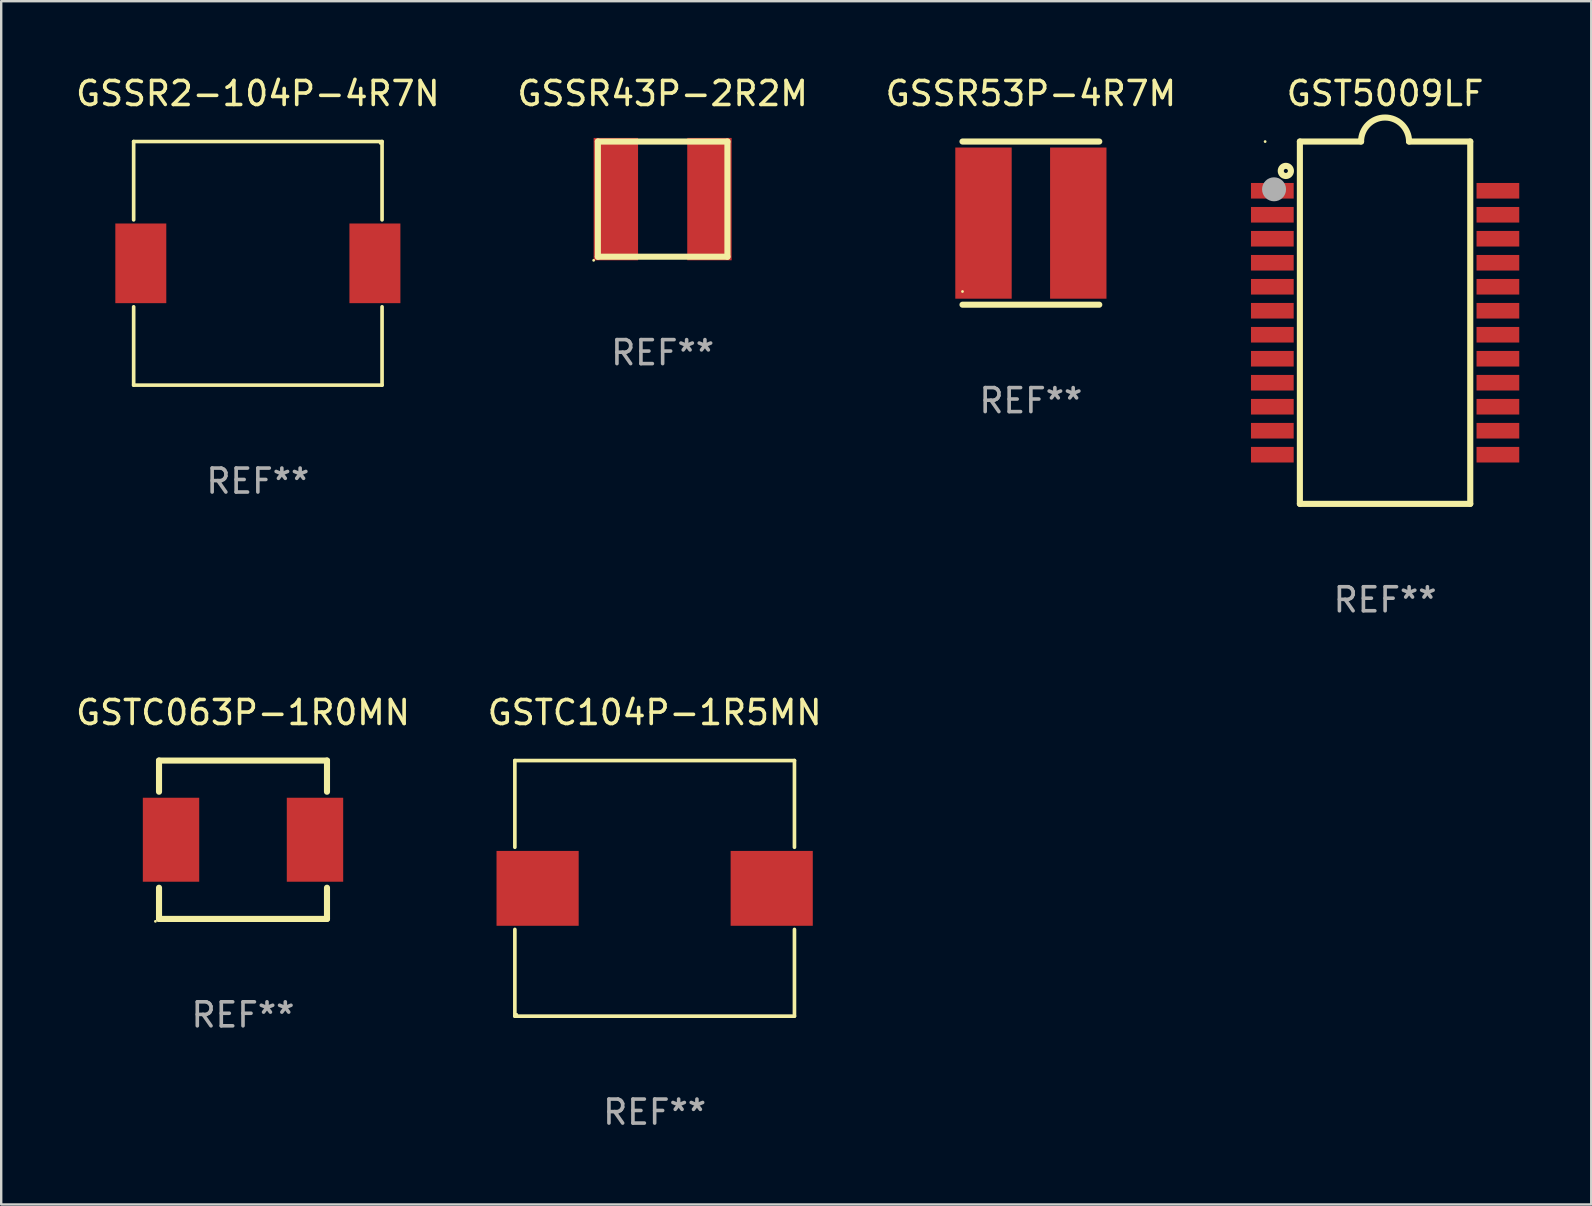
<source format=kicad_pcb>
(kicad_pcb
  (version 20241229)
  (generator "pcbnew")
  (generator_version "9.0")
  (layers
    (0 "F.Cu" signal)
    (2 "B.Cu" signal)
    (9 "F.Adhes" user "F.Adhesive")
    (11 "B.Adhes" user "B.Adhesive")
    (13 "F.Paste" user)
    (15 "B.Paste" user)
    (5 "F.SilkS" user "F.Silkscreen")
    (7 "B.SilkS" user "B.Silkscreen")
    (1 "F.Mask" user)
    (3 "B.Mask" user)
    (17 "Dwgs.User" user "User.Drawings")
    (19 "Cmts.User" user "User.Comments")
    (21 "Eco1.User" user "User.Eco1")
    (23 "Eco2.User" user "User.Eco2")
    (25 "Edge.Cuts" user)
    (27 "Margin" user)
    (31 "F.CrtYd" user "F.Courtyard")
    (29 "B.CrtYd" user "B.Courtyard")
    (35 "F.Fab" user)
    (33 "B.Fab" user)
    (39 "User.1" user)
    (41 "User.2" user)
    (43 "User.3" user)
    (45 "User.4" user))
  (footprint "GSSR53P-4R7M"
    (layer "F.Cu")
    (at 39.911 6.248)
    (property "Reference" "GSSR53P-4R7M" (at 0 -5.4 0) (layer "F.SilkS") (effects (font (size 1 1) (thickness 0.15))))
    (attr through_hole)
    (fp_line (start -2.85 -3.4) (end 2.85 -3.4) (stroke (width 0.254) (type solid)) (layer "F.SilkS"))
    (fp_line (start -2.85 3.4) (end 2.85 3.4) (stroke (width 0.254) (type solid)) (layer "F.SilkS"))
    (fp_circle (center -2.85 2.85) (end -2.82 2.85) (stroke (width 0.06) (type solid)) (fill no) (layer "F.SilkS"))
    (fp_text user "REF**" (at 0 7.4 0) (layer "F.Fab") (effects (font (size 1 1) (thickness 0.15))))
    (pad "1" smd rect (at -1.975 0 90) (size 6.3 2.35) (layers "F.Cu" "F.Mask" "F.Paste"))
    (pad "2" smd rect (at 1.975 0 90) (size 6.3 2.35) (layers "F.Cu" "F.Mask" "F.Paste")))
  (footprint "GSSR43P-2R2M"
    (layer "F.Cu")
    (at 24.565 5.248)
    (property "Reference" "GSSR43P-2R2M" (at 0 -4.4 0) (layer "F.SilkS") (effects (font (size 1 1) (thickness 0.15))))
    (attr through_hole)
    (fp_line (start -2.7 -2.4) (end 2.7 -2.4) (stroke (width 0.254) (type solid)) (layer "F.SilkS"))
    (fp_line (start -2.7 2.4) (end -2.7 -2.4) (stroke (width 0.254) (type solid)) (layer "F.SilkS"))
    (fp_line (start 2.7 -2.4) (end 2.7 2.4) (stroke (width 0.254) (type solid)) (layer "F.SilkS"))
    (fp_line (start 2.7 2.4) (end -2.7 2.4) (stroke (width 0.254) (type solid)) (layer "F.SilkS"))
    (fp_circle (center -2.875 2.55) (end -2.845 2.55) (stroke (width 0.06) (type solid)) (fill no) (layer "F.SilkS"))
    (fp_text user "REF**" (at 0 6.4 0) (layer "F.Fab") (effects (font (size 1 1) (thickness 0.15))))
    (pad "1" smd rect (at -1.95 0) (size 1.85 5.1) (layers "F.Cu" "F.Mask" "F.Paste"))
    (pad "2" smd rect (at 1.95 0) (size 1.85 5.1) (layers "F.Cu" "F.Mask" "F.Paste")))
  (footprint "GSSR2-104P-4R7N"
    (layer "F.Cu")
    (at 7.696 7.924)
    (property "Reference" "GSSR2-104P-4R7N" (at 0 -7.076 0) (layer "F.SilkS") (effects (font (size 1 1) (thickness 0.15))))
    (attr through_hole)
    (fp_line (start -5.176 -5.076) (end 5.176 -5.076) (stroke (width 0.152) (type solid)) (layer "F.SilkS"))
    (fp_line (start -5.176 -1.812) (end -5.176 -5.076) (stroke (width 0.152) (type solid)) (layer "F.SilkS"))
    (fp_line (start -5.176 1.812) (end -5.176 5.076) (stroke (width 0.152) (type solid)) (layer "F.SilkS"))
    (fp_line (start -5.176 5.076) (end 5.176 5.076) (stroke (width 0.152) (type solid)) (layer "F.SilkS"))
    (fp_line (start 5.176 -5.076) (end 5.176 -1.812) (stroke (width 0.152) (type solid)) (layer "F.SilkS"))
    (fp_line (start 5.176 5.076) (end 5.176 1.812) (stroke (width 0.152) (type solid)) (layer "F.SilkS"))
    (fp_circle (center 5.1 -5) (end 5.13 -5) (stroke (width 0.06) (type solid)) (fill no) (layer "F.SilkS"))
    (fp_text user "REF**" (at 0 9.076 0) (layer "F.Fab") (effects (font (size 1 1) (thickness 0.15))))
    (pad "1" smd rect (at 4.878 0) (size 2.124 3.32) (layers "F.Cu" "F.Mask" "F.Paste"))
    (pad "2" smd rect (at -4.878 0) (size 2.124 3.32) (layers "F.Cu" "F.Mask" "F.Paste")))
  (footprint "GST5009LF"
    (layer "F.Cu")
    (at 54.673 10.398)
    (property "Reference" "GST5009LF" (at 0 -9.55 0) (layer "F.SilkS") (effects (font (size 1 1) (thickness 0.15))))
    (attr through_hole)
    (fp_line (start -3.552 -7.55) (end -3.552 7.55) (stroke (width 0.254) (type solid)) (layer "F.SilkS"))
    (fp_line (start -3.552 -7.55) (end -1.002 -7.55) (stroke (width 0.254) (type solid)) (layer "F.SilkS"))
    (fp_line (start -3.552 7.55) (end 3.548 7.55) (stroke (width 0.254) (type solid)) (layer "F.SilkS"))
    (fp_line (start 0.998 -7.55) (end 3.548 -7.55) (stroke (width 0.254) (type solid)) (layer "F.SilkS"))
    (fp_line (start 3.548 -7.55) (end 3.548 7.55) (stroke (width 0.254) (type solid)) (layer "F.SilkS"))
    (fp_arc (start -1.002032 -7.549987) (mid -0.002032 -8.549987) (end 0.997968 -7.549987) (stroke (width 0.254001) (type solid)) (layer "F.SilkS"))
    (fp_circle (center -5 -7.548) (end -4.97 -7.548) (stroke (width 0.06) (type solid)) (fill no) (layer "F.SilkS"))
    (fp_circle (center -4.137 -6.325) (end -3.925 -6.325) (stroke (width 0.254) (type solid)) (fill no) (layer "F.SilkS"))
    (fp_circle (center -4.628 -5.559) (end -4.378 -5.559) (stroke (width 0.5) (type solid)) (fill no) (layer "F.Fab"))
    (fp_text user "REF**" (at 0 11.55 0) (layer "F.Fab") (effects (font (size 1 1) (thickness 0.15))))
    (pad "1" smd rect (at -4.7 -5.498) (size 1.78 0.65) (layers "F.Cu" "F.Mask" "F.Paste"))
    (pad "2" smd rect (at -4.7 -4.498) (size 1.78 0.65) (layers "F.Cu" "F.Mask" "F.Paste"))
    (pad "3" smd rect (at -4.7 -3.499) (size 1.78 0.65) (layers "F.Cu" "F.Mask" "F.Paste"))
    (pad "4" smd rect (at -4.7 -2.498) (size 1.78 0.65) (layers "F.Cu" "F.Mask" "F.Paste"))
    (pad "5" smd rect (at -4.7 -1.498) (size 1.78 0.65) (layers "F.Cu" "F.Mask" "F.Paste"))
    (pad "6" smd rect (at -4.7 -0.498) (size 1.78 0.65) (layers "F.Cu" "F.Mask" "F.Paste"))
    (pad "7" smd rect (at -4.7 0.502) (size 1.78 0.65) (layers "F.Cu" "F.Mask" "F.Paste"))
    (pad "8" smd rect (at -4.7 1.502) (size 1.78 0.65) (layers "F.Cu" "F.Mask" "F.Paste"))
    (pad "9" smd rect (at -4.7 2.502) (size 1.78 0.65) (layers "F.Cu" "F.Mask" "F.Paste"))
    (pad "10" smd rect (at -4.7 3.502) (size 1.78 0.65) (layers "F.Cu" "F.Mask" "F.Paste"))
    (pad "11" smd rect (at -4.7 4.502) (size 1.78 0.65) (layers "F.Cu" "F.Mask" "F.Paste"))
    (pad "12" smd rect (at -4.7 5.501) (size 1.78 0.65) (layers "F.Cu" "F.Mask" "F.Paste"))
    (pad "13" smd rect (at 4.7 5.501) (size 1.78 0.65) (layers "F.Cu" "F.Mask" "F.Paste"))
    (pad "14" smd rect (at 4.7 4.502) (size 1.78 0.65) (layers "F.Cu" "F.Mask" "F.Paste"))
    (pad "15" smd rect (at 4.7 3.502) (size 1.78 0.65) (layers "F.Cu" "F.Mask" "F.Paste"))
    (pad "16" smd rect (at 4.7 2.501) (size 1.78 0.65) (layers "F.Cu" "F.Mask" "F.Paste"))
    (pad "17" smd rect (at 4.7 1.502) (size 1.78 0.65) (layers "F.Cu" "F.Mask" "F.Paste"))
    (pad "18" smd rect (at 4.7 0.502) (size 1.78 0.65) (layers "F.Cu" "F.Mask" "F.Paste"))
    (pad "19" smd rect (at 4.7 -0.498) (size 1.78 0.65) (layers "F.Cu" "F.Mask" "F.Paste"))
    (pad "20" smd rect (at 4.7 -1.498) (size 1.78 0.65) (layers "F.Cu" "F.Mask" "F.Paste"))
    (pad "21" smd rect (at 4.7 -2.498) (size 1.78 0.65) (layers "F.Cu" "F.Mask" "F.Paste"))
    (pad "22" smd rect (at 4.7 -3.499) (size 1.78 0.65) (layers "F.Cu" "F.Mask" "F.Paste"))
    (pad "23" smd rect (at 4.7 -4.498) (size 1.78 0.65) (layers "F.Cu" "F.Mask" "F.Paste"))
    (pad "24" smd rect (at 4.7 -5.498) (size 1.78 0.65) (layers "F.Cu" "F.Mask" "F.Paste")))
  (footprint "GSTC104P-1R5MN"
    (layer "F.Cu")
    (at 24.232 33.971)
    (property "Reference" "GSTC104P-1R5MN" (at 0 -7.326 0) (layer "F.SilkS") (effects (font (size 1 1) (thickness 0.15))))
    (attr through_hole)
    (fp_line (start -5.826 -5.326) (end 5.826 -5.326) (stroke (width 0.152) (type solid)) (layer "F.SilkS"))
    (fp_line (start -5.826 -1.712) (end -5.826 -5.326) (stroke (width 0.152) (type solid)) (layer "F.SilkS"))
    (fp_line (start -5.826 1.712) (end -5.826 5.326) (stroke (width 0.152) (type solid)) (layer "F.SilkS"))
    (fp_line (start -5.826 5.326) (end 5.826 5.326) (stroke (width 0.152) (type solid)) (layer "F.SilkS"))
    (fp_line (start 5.826 -5.326) (end 5.826 -1.712) (stroke (width 0.152) (type solid)) (layer "F.SilkS"))
    (fp_line (start 5.826 5.326) (end 5.826 1.712) (stroke (width 0.152) (type solid)) (layer "F.SilkS"))
    (fp_circle (center -5.75 5.25) (end -5.72 5.25) (stroke (width 0.06) (type solid)) (fill no) (layer "F.SilkS"))
    (fp_text user "REF**" (at 0 9.326 0) (layer "F.Fab") (effects (font (size 1 1) (thickness 0.15))))
    (pad "1" smd rect (at 4.878 0) (size 3.424 3.12) (layers "F.Cu" "F.Mask" "F.Paste"))
    (pad "2" smd rect (at -4.878 0) (size 3.424 3.12) (layers "F.Cu" "F.Mask" "F.Paste")))
  (footprint "GSTC063P-1R0MN"
    (layer "F.Cu")
    (at 7.077 31.945)
    (property "Reference" "GSTC063P-1R0MN" (at 0 -5.3 0) (layer "F.SilkS") (effects (font (size 1 1) (thickness 0.15))))
    (attr through_hole)
    (fp_line (start -3.5 3.3) (end 3.5 3.3) (stroke (width 0.254) (type solid)) (layer "F.SilkS"))
    (fp_line (start -3.5 -3.3) (end -3.5 -2) (stroke (width 0.254) (type solid)) (layer "F.SilkS"))
    (fp_line (start -3.5 -3.3) (end 3.5 -3.3) (stroke (width 0.254) (type solid)) (layer "F.SilkS"))
    (fp_line (start -3.5 2) (end -3.5 3.3) (stroke (width 0.254) (type solid)) (layer "F.SilkS"))
    (fp_line (start 3.5 -3.3) (end 3.5 -2) (stroke (width 0.254) (type solid)) (layer "F.SilkS"))
    (fp_line (start 3.5 2) (end 3.5 3.3) (stroke (width 0.254) (type solid)) (layer "F.SilkS"))
    (fp_circle (center -3.65 3.4) (end -3.62 3.4) (stroke (width 0.06) (type solid)) (fill no) (layer "F.SilkS"))
    (fp_text user "REF**" (at 0 7.3 0) (layer "F.Fab") (effects (font (size 1 1) (thickness 0.15))))
    (pad "1" smd rect (at -3 0) (size 2.35 3.5) (layers "F.Cu" "F.Mask" "F.Paste"))
    (pad "2" smd rect (at 3 0) (size 2.35 3.5) (layers "F.Cu" "F.Mask" "F.Paste")))
  (gr_rect
    (start -3 -3)
    (end 63.263 47.145)
    (stroke (width 0.1) (type default))
    (fill no)
    (layer "Edge.Cuts")))
</source>
